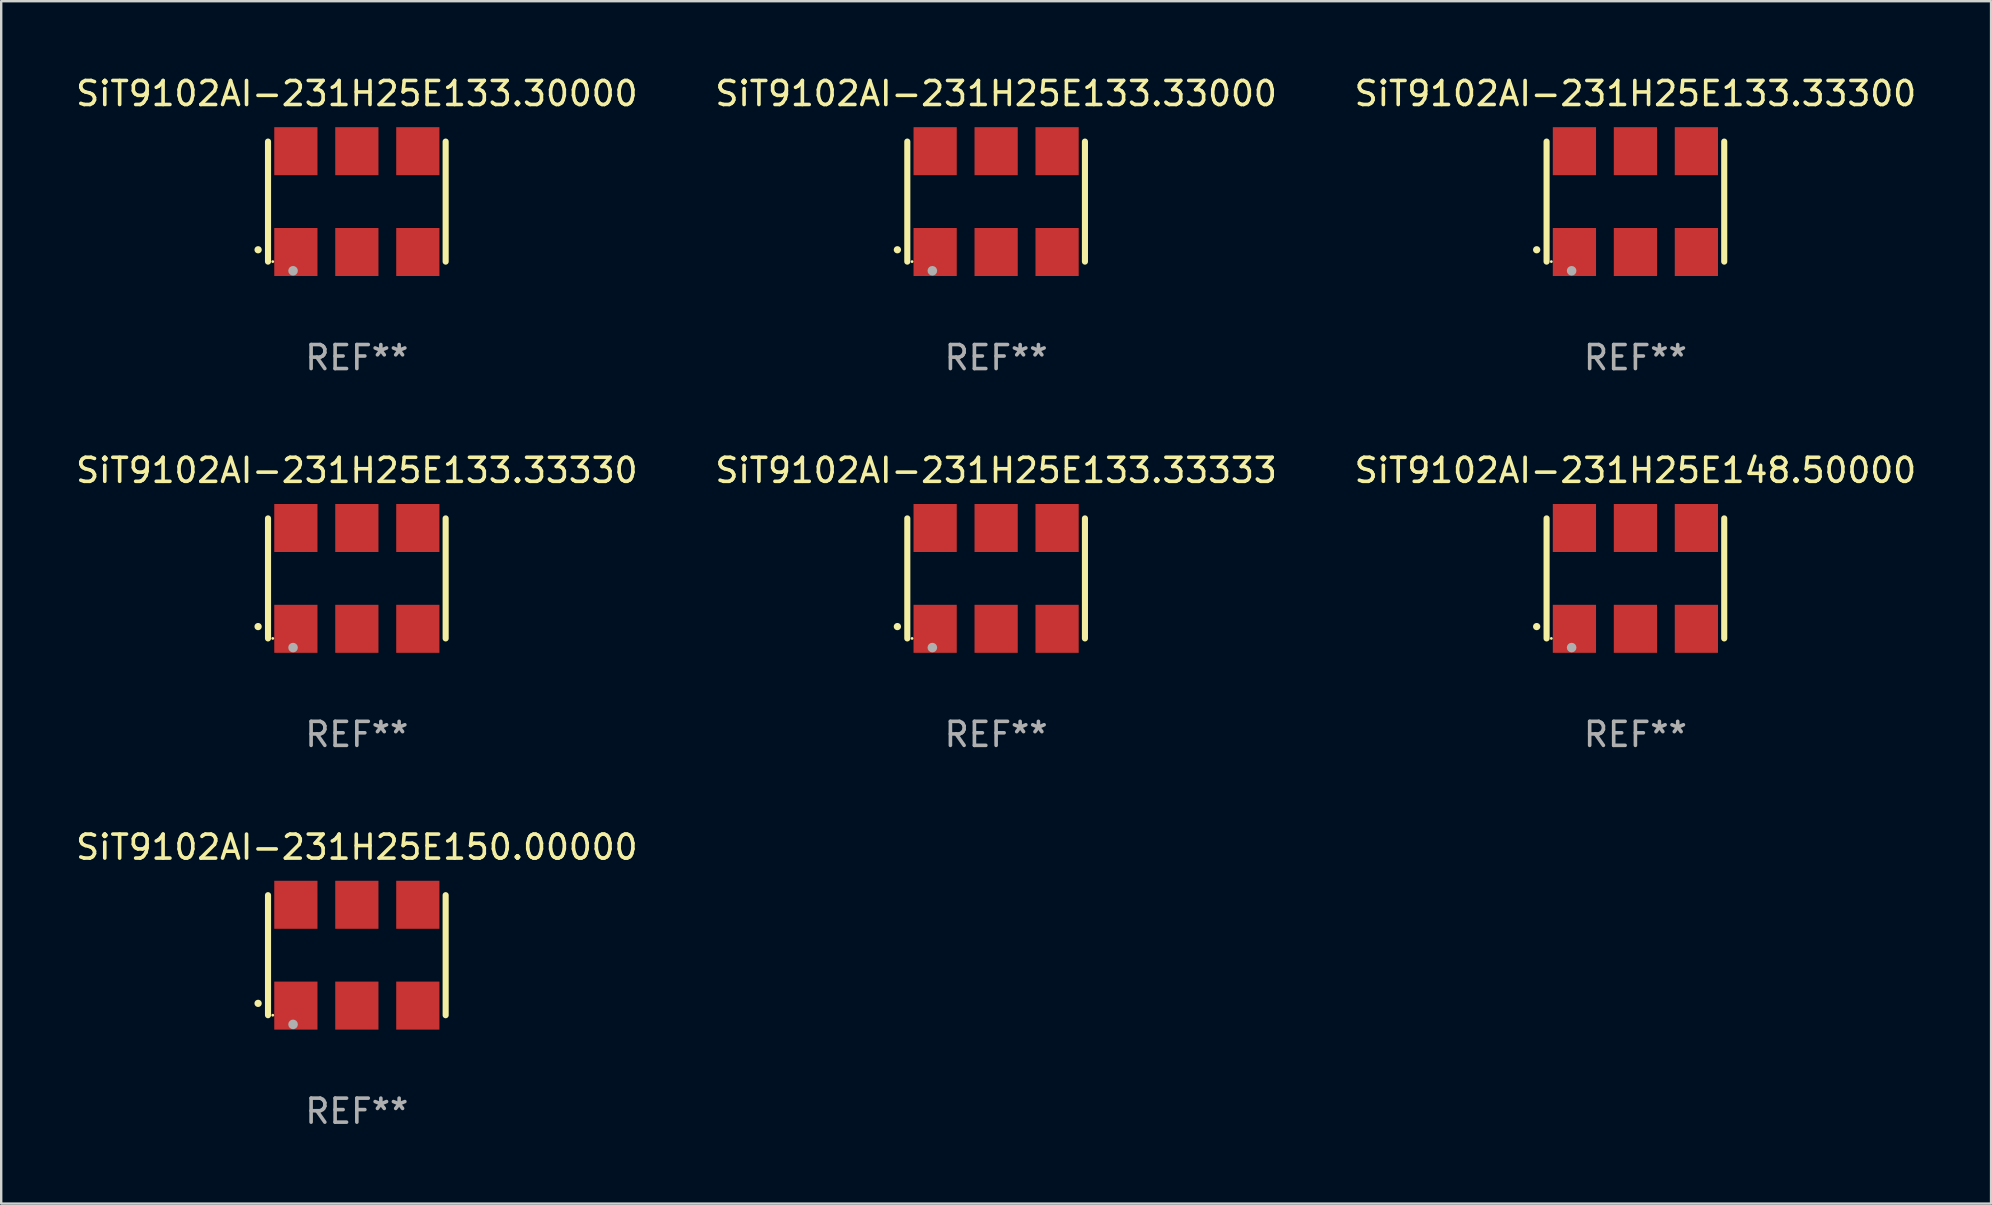
<source format=kicad_pcb>
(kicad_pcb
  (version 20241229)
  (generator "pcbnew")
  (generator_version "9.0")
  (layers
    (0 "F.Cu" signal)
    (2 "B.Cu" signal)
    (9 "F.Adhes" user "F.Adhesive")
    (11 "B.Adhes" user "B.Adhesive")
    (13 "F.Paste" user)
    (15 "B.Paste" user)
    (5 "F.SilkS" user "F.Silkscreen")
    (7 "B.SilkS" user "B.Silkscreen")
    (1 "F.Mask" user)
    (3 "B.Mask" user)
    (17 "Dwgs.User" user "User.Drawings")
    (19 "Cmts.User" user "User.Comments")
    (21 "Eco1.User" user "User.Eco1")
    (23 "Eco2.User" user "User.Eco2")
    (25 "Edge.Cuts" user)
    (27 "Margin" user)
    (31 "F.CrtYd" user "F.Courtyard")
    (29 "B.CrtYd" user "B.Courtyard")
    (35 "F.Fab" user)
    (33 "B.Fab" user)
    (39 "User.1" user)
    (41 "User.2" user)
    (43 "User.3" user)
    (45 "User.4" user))
  (footprint "SiT9102AI-231H25E150.00000"
    (layer "F.Cu")
    (at 11.815 36.741)
    (property "Reference" "SiT9102AI-231H25E150.00000" (at 0 -4.5 0) (layer "F.SilkS") (effects (font (size 1 1) (thickness 0.15))))
    (attr through_hole)
    (fp_line (start -3.7 -2.5) (end -3.7 2.5) (stroke (width 0.254) (type solid)) (layer "F.SilkS"))
    (fp_line (start 3.7 -2.5) (end 3.7 2.5) (stroke (width 0.254) (type solid)) (layer "F.SilkS"))
    (fp_arc (start -4.114415 2.006604) (mid -4.113145 2.006599) (end -4.111875 2.006604) (stroke (width 0.3) (type solid)) (layer "F.SilkS"))
    (fp_circle (center -3.502 2.5) (end -3.472 2.5) (stroke (width 0.06) (type solid)) (fill no) (layer "F.SilkS"))
    (fp_circle (center -2.657 2.882) (end -2.557 2.882) (stroke (width 0.2) (type solid)) (fill no) (layer "F.Fab"))
    (fp_text user "REF**" (at 0 6.5 0) (layer "F.Fab") (effects (font (size 1 1) (thickness 0.15))))
    (pad "1" smd rect (at -2.54 2.1) (size 1.8 2) (layers "F.Cu" "F.Mask" "F.Paste"))
    (pad "2" smd rect (at 0.000394 2.1) (size 1.8 2) (layers "F.Cu" "F.Mask" "F.Paste"))
    (pad "3" smd rect (at 2.54 2.1) (size 1.8 2) (layers "F.Cu" "F.Mask" "F.Paste"))
    (pad "4" smd rect (at 2.54 -2.1) (size 1.8 2) (layers "F.Cu" "F.Mask" "F.Paste"))
    (pad "5" smd rect (at 0.000394 -2.1) (size 1.8 2) (layers "F.Cu" "F.Mask" "F.Paste"))
    (pad "6" smd rect (at -2.54 -2.1) (size 1.8 2) (layers "F.Cu" "F.Mask" "F.Paste")))
  (footprint "SiT9102AI-231H25E133.33330"
    (layer "F.Cu")
    (at 11.815 21.045)
    (property "Reference" "SiT9102AI-231H25E133.33330" (at 0 -4.5 0) (layer "F.SilkS") (effects (font (size 1 1) (thickness 0.15))))
    (attr through_hole)
    (fp_line (start -3.7 -2.5) (end -3.7 2.5) (stroke (width 0.254) (type solid)) (layer "F.SilkS"))
    (fp_line (start 3.7 -2.5) (end 3.7 2.5) (stroke (width 0.254) (type solid)) (layer "F.SilkS"))
    (fp_arc (start -4.114415 2.006604) (mid -4.113145 2.006599) (end -4.111875 2.006604) (stroke (width 0.3) (type solid)) (layer "F.SilkS"))
    (fp_circle (center -3.502 2.5) (end -3.472 2.5) (stroke (width 0.06) (type solid)) (fill no) (layer "F.SilkS"))
    (fp_circle (center -2.657 2.882) (end -2.557 2.882) (stroke (width 0.2) (type solid)) (fill no) (layer "F.Fab"))
    (fp_text user "REF**" (at 0 6.5 0) (layer "F.Fab") (effects (font (size 1 1) (thickness 0.15))))
    (pad "1" smd rect (at -2.54 2.1) (size 1.8 2) (layers "F.Cu" "F.Mask" "F.Paste"))
    (pad "2" smd rect (at 0.000394 2.1) (size 1.8 2) (layers "F.Cu" "F.Mask" "F.Paste"))
    (pad "3" smd rect (at 2.54 2.1) (size 1.8 2) (layers "F.Cu" "F.Mask" "F.Paste"))
    (pad "4" smd rect (at 2.54 -2.1) (size 1.8 2) (layers "F.Cu" "F.Mask" "F.Paste"))
    (pad "5" smd rect (at 0.000394 -2.1) (size 1.8 2) (layers "F.Cu" "F.Mask" "F.Paste"))
    (pad "6" smd rect (at -2.54 -2.1) (size 1.8 2) (layers "F.Cu" "F.Mask" "F.Paste")))
  (footprint "SiT9102AI-231H25E133.33000"
    (layer "F.Cu")
    (at 38.446 5.348)
    (property "Reference" "SiT9102AI-231H25E133.33000" (at 0 -4.5 0) (layer "F.SilkS") (effects (font (size 1 1) (thickness 0.15))))
    (attr through_hole)
    (fp_line (start -3.7 -2.5) (end -3.7 2.5) (stroke (width 0.254) (type solid)) (layer "F.SilkS"))
    (fp_line (start 3.7 -2.5) (end 3.7 2.5) (stroke (width 0.254) (type solid)) (layer "F.SilkS"))
    (fp_arc (start -4.114415 2.006604) (mid -4.113145 2.006599) (end -4.111875 2.006604) (stroke (width 0.3) (type solid)) (layer "F.SilkS"))
    (fp_circle (center -3.502 2.5) (end -3.472 2.5) (stroke (width 0.06) (type solid)) (fill no) (layer "F.SilkS"))
    (fp_circle (center -2.657 2.882) (end -2.557 2.882) (stroke (width 0.2) (type solid)) (fill no) (layer "F.Fab"))
    (fp_text user "REF**" (at 0 6.5 0) (layer "F.Fab") (effects (font (size 1 1) (thickness 0.15))))
    (pad "1" smd rect (at -2.54 2.1) (size 1.8 2) (layers "F.Cu" "F.Mask" "F.Paste"))
    (pad "2" smd rect (at 0.000394 2.1) (size 1.8 2) (layers "F.Cu" "F.Mask" "F.Paste"))
    (pad "3" smd rect (at 2.54 2.1) (size 1.8 2) (layers "F.Cu" "F.Mask" "F.Paste"))
    (pad "4" smd rect (at 2.54 -2.1) (size 1.8 2) (layers "F.Cu" "F.Mask" "F.Paste"))
    (pad "5" smd rect (at 0.000394 -2.1) (size 1.8 2) (layers "F.Cu" "F.Mask" "F.Paste"))
    (pad "6" smd rect (at -2.54 -2.1) (size 1.8 2) (layers "F.Cu" "F.Mask" "F.Paste")))
  (footprint "SiT9102AI-231H25E148.50000"
    (layer "F.Cu")
    (at 65.077 21.045)
    (property "Reference" "SiT9102AI-231H25E148.50000" (at 0 -4.5 0) (layer "F.SilkS") (effects (font (size 1 1) (thickness 0.15))))
    (attr through_hole)
    (fp_line (start -3.7 -2.5) (end -3.7 2.5) (stroke (width 0.254) (type solid)) (layer "F.SilkS"))
    (fp_line (start 3.7 -2.5) (end 3.7 2.5) (stroke (width 0.254) (type solid)) (layer "F.SilkS"))
    (fp_arc (start -4.114415 2.006604) (mid -4.113145 2.006599) (end -4.111875 2.006604) (stroke (width 0.3) (type solid)) (layer "F.SilkS"))
    (fp_circle (center -3.502 2.5) (end -3.472 2.5) (stroke (width 0.06) (type solid)) (fill no) (layer "F.SilkS"))
    (fp_circle (center -2.657 2.882) (end -2.557 2.882) (stroke (width 0.2) (type solid)) (fill no) (layer "F.Fab"))
    (fp_text user "REF**" (at 0 6.5 0) (layer "F.Fab") (effects (font (size 1 1) (thickness 0.15))))
    (pad "1" smd rect (at -2.54 2.1) (size 1.8 2) (layers "F.Cu" "F.Mask" "F.Paste"))
    (pad "2" smd rect (at 0.000394 2.1) (size 1.8 2) (layers "F.Cu" "F.Mask" "F.Paste"))
    (pad "3" smd rect (at 2.54 2.1) (size 1.8 2) (layers "F.Cu" "F.Mask" "F.Paste"))
    (pad "4" smd rect (at 2.54 -2.1) (size 1.8 2) (layers "F.Cu" "F.Mask" "F.Paste"))
    (pad "5" smd rect (at 0.000394 -2.1) (size 1.8 2) (layers "F.Cu" "F.Mask" "F.Paste"))
    (pad "6" smd rect (at -2.54 -2.1) (size 1.8 2) (layers "F.Cu" "F.Mask" "F.Paste")))
  (footprint "SiT9102AI-231H25E133.33333"
    (layer "F.Cu")
    (at 38.446 21.045)
    (property "Reference" "SiT9102AI-231H25E133.33333" (at 0 -4.5 0) (layer "F.SilkS") (effects (font (size 1 1) (thickness 0.15))))
    (attr through_hole)
    (fp_line (start -3.7 -2.5) (end -3.7 2.5) (stroke (width 0.254) (type solid)) (layer "F.SilkS"))
    (fp_line (start 3.7 -2.5) (end 3.7 2.5) (stroke (width 0.254) (type solid)) (layer "F.SilkS"))
    (fp_arc (start -4.114415 2.006604) (mid -4.113145 2.006599) (end -4.111875 2.006604) (stroke (width 0.3) (type solid)) (layer "F.SilkS"))
    (fp_circle (center -3.502 2.5) (end -3.472 2.5) (stroke (width 0.06) (type solid)) (fill no) (layer "F.SilkS"))
    (fp_circle (center -2.657 2.882) (end -2.557 2.882) (stroke (width 0.2) (type solid)) (fill no) (layer "F.Fab"))
    (fp_text user "REF**" (at 0 6.5 0) (layer "F.Fab") (effects (font (size 1 1) (thickness 0.15))))
    (pad "1" smd rect (at -2.54 2.1) (size 1.8 2) (layers "F.Cu" "F.Mask" "F.Paste"))
    (pad "2" smd rect (at 0.000394 2.1) (size 1.8 2) (layers "F.Cu" "F.Mask" "F.Paste"))
    (pad "3" smd rect (at 2.54 2.1) (size 1.8 2) (layers "F.Cu" "F.Mask" "F.Paste"))
    (pad "4" smd rect (at 2.54 -2.1) (size 1.8 2) (layers "F.Cu" "F.Mask" "F.Paste"))
    (pad "5" smd rect (at 0.000394 -2.1) (size 1.8 2) (layers "F.Cu" "F.Mask" "F.Paste"))
    (pad "6" smd rect (at -2.54 -2.1) (size 1.8 2) (layers "F.Cu" "F.Mask" "F.Paste")))
  (footprint "SiT9102AI-231H25E133.30000"
    (layer "F.Cu")
    (at 11.815 5.348)
    (property "Reference" "SiT9102AI-231H25E133.30000" (at 0 -4.5 0) (layer "F.SilkS") (effects (font (size 1 1) (thickness 0.15))))
    (attr through_hole)
    (fp_line (start -3.7 -2.5) (end -3.7 2.5) (stroke (width 0.254) (type solid)) (layer "F.SilkS"))
    (fp_line (start 3.7 -2.5) (end 3.7 2.5) (stroke (width 0.254) (type solid)) (layer "F.SilkS"))
    (fp_arc (start -4.114415 2.006604) (mid -4.113145 2.006599) (end -4.111875 2.006604) (stroke (width 0.3) (type solid)) (layer "F.SilkS"))
    (fp_circle (center -3.502 2.5) (end -3.472 2.5) (stroke (width 0.06) (type solid)) (fill no) (layer "F.SilkS"))
    (fp_circle (center -2.657 2.882) (end -2.557 2.882) (stroke (width 0.2) (type solid)) (fill no) (layer "F.Fab"))
    (fp_text user "REF**" (at 0 6.5 0) (layer "F.Fab") (effects (font (size 1 1) (thickness 0.15))))
    (pad "1" smd rect (at -2.54 2.1) (size 1.8 2) (layers "F.Cu" "F.Mask" "F.Paste"))
    (pad "2" smd rect (at 0.000394 2.1) (size 1.8 2) (layers "F.Cu" "F.Mask" "F.Paste"))
    (pad "3" smd rect (at 2.54 2.1) (size 1.8 2) (layers "F.Cu" "F.Mask" "F.Paste"))
    (pad "4" smd rect (at 2.54 -2.1) (size 1.8 2) (layers "F.Cu" "F.Mask" "F.Paste"))
    (pad "5" smd rect (at 0.000394 -2.1) (size 1.8 2) (layers "F.Cu" "F.Mask" "F.Paste"))
    (pad "6" smd rect (at -2.54 -2.1) (size 1.8 2) (layers "F.Cu" "F.Mask" "F.Paste")))
  (footprint "SiT9102AI-231H25E133.33300"
    (layer "F.Cu")
    (at 65.077 5.348)
    (property "Reference" "SiT9102AI-231H25E133.33300" (at 0 -4.5 0) (layer "F.SilkS") (effects (font (size 1 1) (thickness 0.15))))
    (attr through_hole)
    (fp_line (start -3.7 -2.5) (end -3.7 2.5) (stroke (width 0.254) (type solid)) (layer "F.SilkS"))
    (fp_line (start 3.7 -2.5) (end 3.7 2.5) (stroke (width 0.254) (type solid)) (layer "F.SilkS"))
    (fp_arc (start -4.114415 2.006604) (mid -4.113145 2.006599) (end -4.111875 2.006604) (stroke (width 0.3) (type solid)) (layer "F.SilkS"))
    (fp_circle (center -3.502 2.5) (end -3.472 2.5) (stroke (width 0.06) (type solid)) (fill no) (layer "F.SilkS"))
    (fp_circle (center -2.657 2.882) (end -2.557 2.882) (stroke (width 0.2) (type solid)) (fill no) (layer "F.Fab"))
    (fp_text user "REF**" (at 0 6.5 0) (layer "F.Fab") (effects (font (size 1 1) (thickness 0.15))))
    (pad "1" smd rect (at -2.54 2.1) (size 1.8 2) (layers "F.Cu" "F.Mask" "F.Paste"))
    (pad "2" smd rect (at 0.000394 2.1) (size 1.8 2) (layers "F.Cu" "F.Mask" "F.Paste"))
    (pad "3" smd rect (at 2.54 2.1) (size 1.8 2) (layers "F.Cu" "F.Mask" "F.Paste"))
    (pad "4" smd rect (at 2.54 -2.1) (size 1.8 2) (layers "F.Cu" "F.Mask" "F.Paste"))
    (pad "5" smd rect (at 0.000394 -2.1) (size 1.8 2) (layers "F.Cu" "F.Mask" "F.Paste"))
    (pad "6" smd rect (at -2.54 -2.1) (size 1.8 2) (layers "F.Cu" "F.Mask" "F.Paste")))
  (gr_rect
    (start -3 -3)
    (end 79.893 47.09)
    (stroke (width 0.1) (type default))
    (fill no)
    (layer "Edge.Cuts")))
</source>
